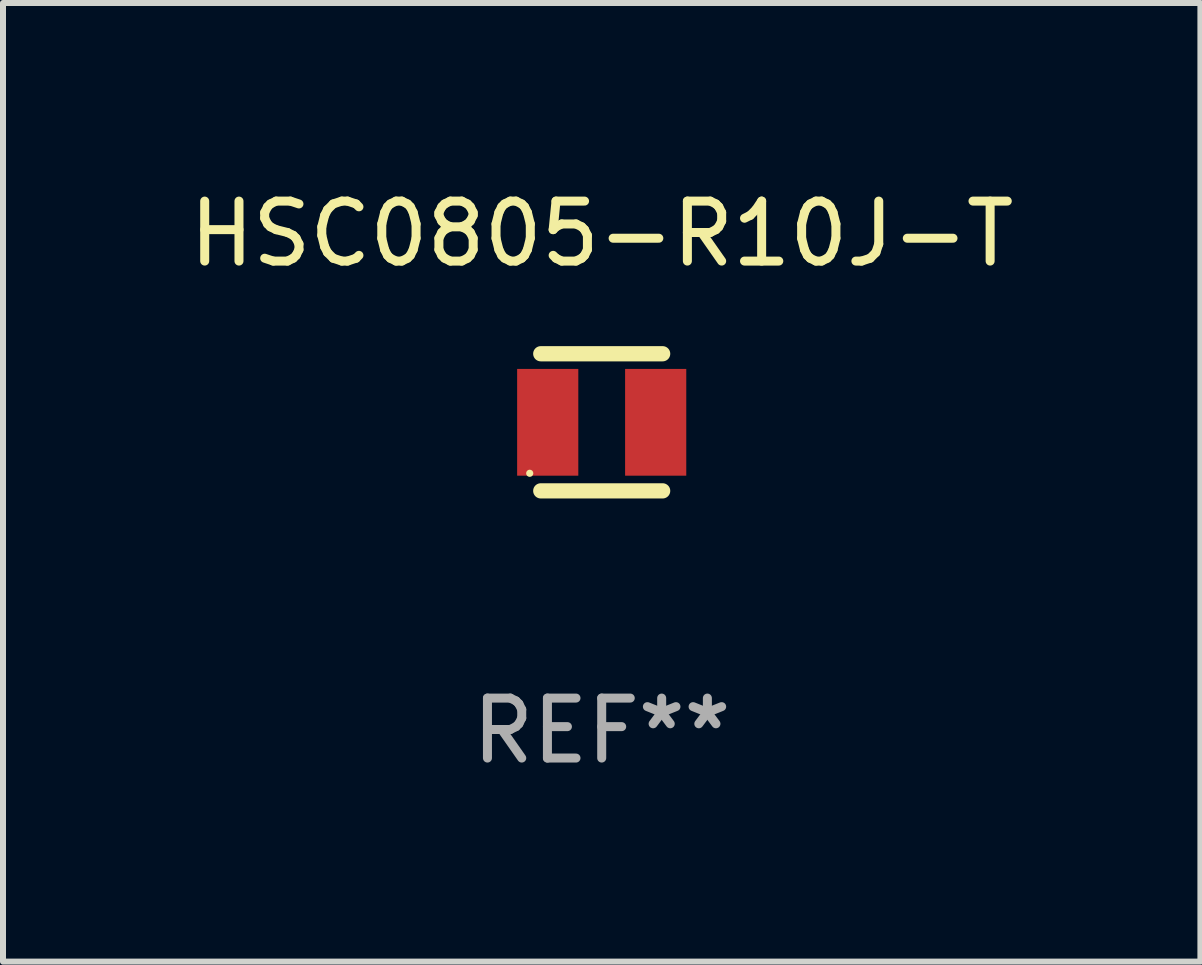
<source format=kicad_pcb>
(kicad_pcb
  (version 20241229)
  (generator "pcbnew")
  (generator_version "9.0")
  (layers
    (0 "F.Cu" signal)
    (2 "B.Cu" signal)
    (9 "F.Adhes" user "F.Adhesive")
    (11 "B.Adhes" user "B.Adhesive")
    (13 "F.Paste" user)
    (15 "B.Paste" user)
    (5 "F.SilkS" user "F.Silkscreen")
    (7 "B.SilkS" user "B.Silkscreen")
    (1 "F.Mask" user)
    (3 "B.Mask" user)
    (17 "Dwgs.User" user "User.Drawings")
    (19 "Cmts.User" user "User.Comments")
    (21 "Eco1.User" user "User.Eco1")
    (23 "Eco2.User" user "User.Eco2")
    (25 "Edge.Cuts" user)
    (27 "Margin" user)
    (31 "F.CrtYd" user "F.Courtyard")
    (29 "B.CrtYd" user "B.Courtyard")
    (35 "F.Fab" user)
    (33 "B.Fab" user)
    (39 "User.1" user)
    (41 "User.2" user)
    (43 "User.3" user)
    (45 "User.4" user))
  (footprint "HSC0805-R10J-T"
    (layer "F.Cu")
    (at 6.982 3.991)
    (property "Reference" "HSC0805-R10J-T" (at 0 -3.143 0) (layer "F.SilkS") (effects (font (size 1 1) (thickness 0.15))))
    (attr through_hole)
    (fp_line (start -1.016 -1.143) (end 1.016 -1.143) (stroke (width 0.254) (type solid)) (layer "F.SilkS"))
    (fp_line (start -1.016 1.143) (end 1.016 1.143) (stroke (width 0.254) (type solid)) (layer "F.SilkS"))
    (fp_circle (center -1.2 0.85) (end -1.17 0.85) (stroke (width 0.06) (type solid)) (fill no) (layer "F.SilkS"))
    (fp_text user "REF**" (at 0 5.143 0) (layer "F.Fab") (effects (font (size 1 1) (thickness 0.15))))
    (pad "1" smd rect (at -0.9 0) (size 1.02 1.78) (layers "F.Cu" "F.Mask" "F.Paste"))
    (pad "2" smd rect (at 0.9 0) (size 1.02 1.78) (layers "F.Cu" "F.Mask" "F.Paste")))
  (gr_rect
    (start -3 -3)
    (end 16.964 12.983)
    (stroke (width 0.1) (type default))
    (fill no)
    (layer "Edge.Cuts")))
</source>
